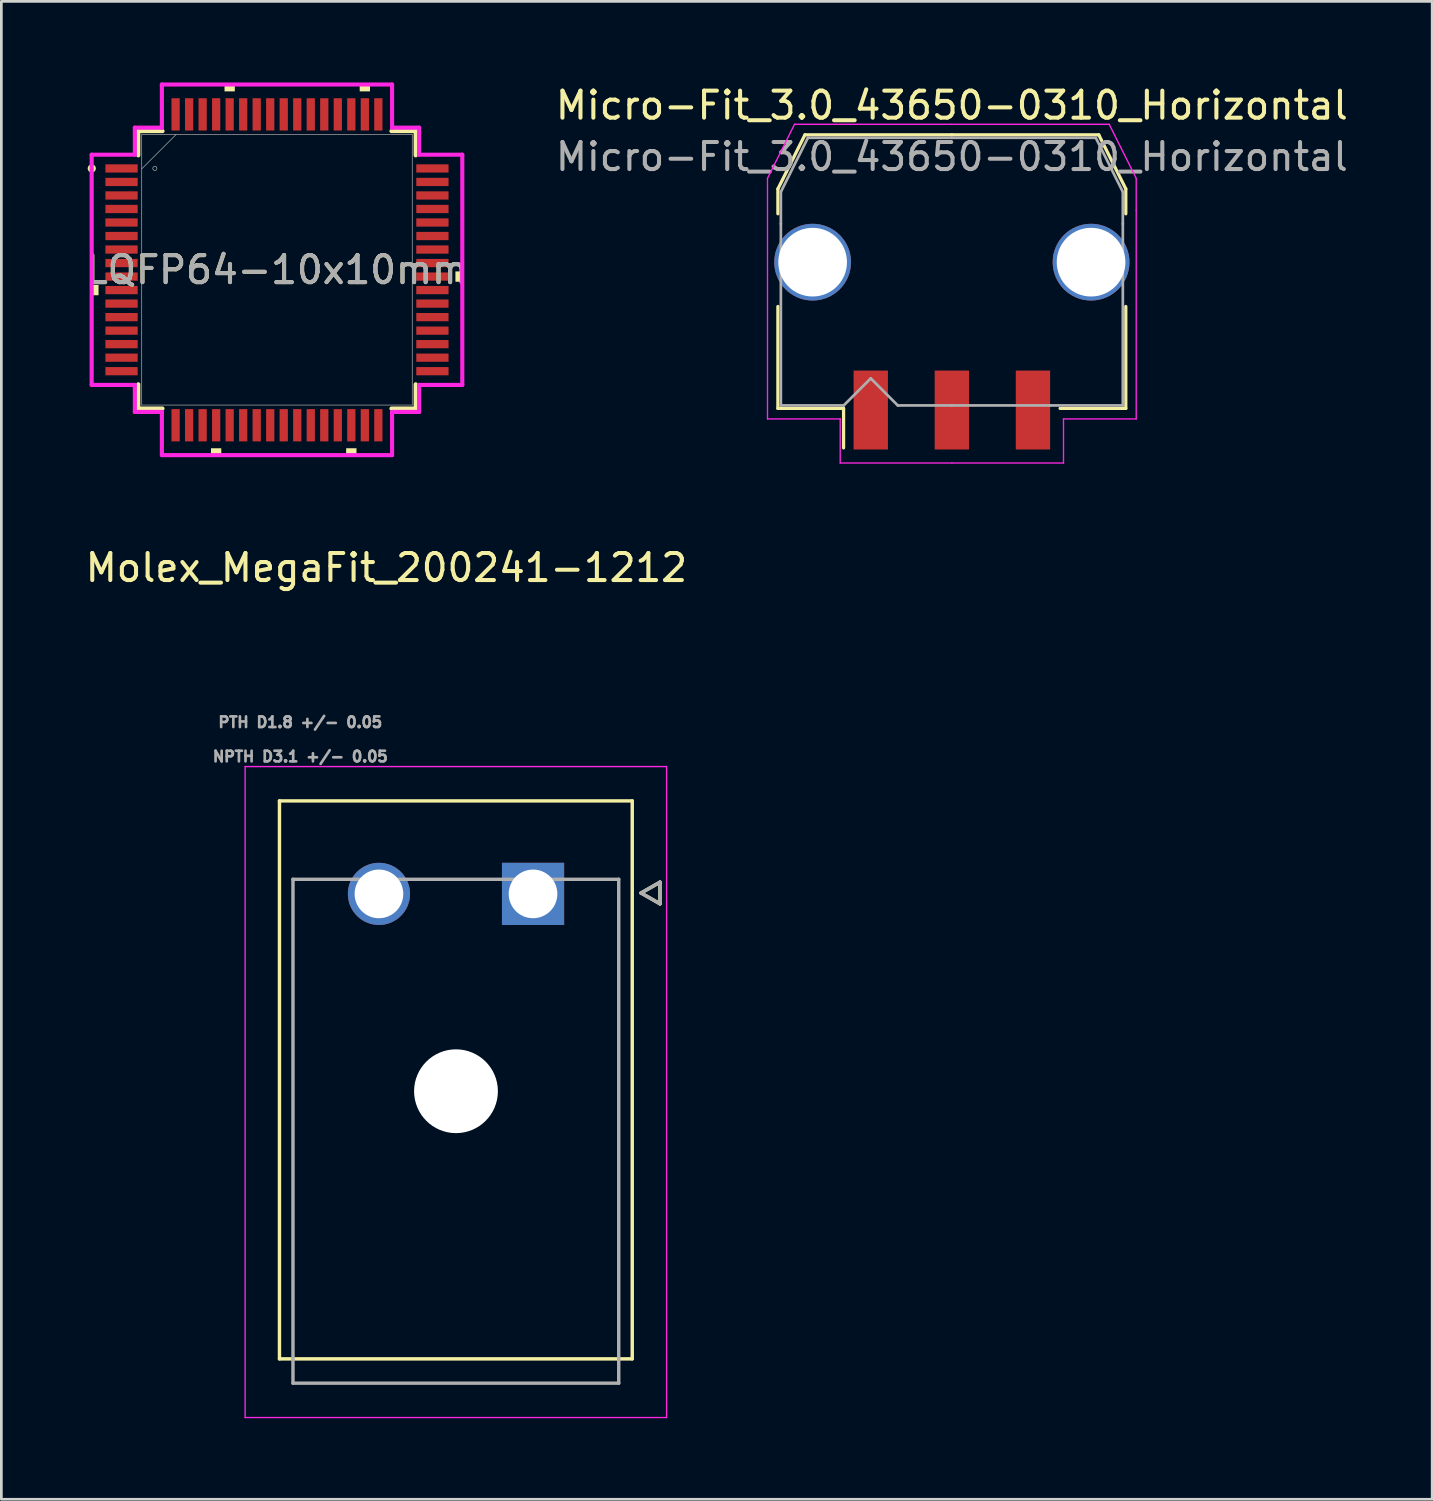
<source format=kicad_pcb>
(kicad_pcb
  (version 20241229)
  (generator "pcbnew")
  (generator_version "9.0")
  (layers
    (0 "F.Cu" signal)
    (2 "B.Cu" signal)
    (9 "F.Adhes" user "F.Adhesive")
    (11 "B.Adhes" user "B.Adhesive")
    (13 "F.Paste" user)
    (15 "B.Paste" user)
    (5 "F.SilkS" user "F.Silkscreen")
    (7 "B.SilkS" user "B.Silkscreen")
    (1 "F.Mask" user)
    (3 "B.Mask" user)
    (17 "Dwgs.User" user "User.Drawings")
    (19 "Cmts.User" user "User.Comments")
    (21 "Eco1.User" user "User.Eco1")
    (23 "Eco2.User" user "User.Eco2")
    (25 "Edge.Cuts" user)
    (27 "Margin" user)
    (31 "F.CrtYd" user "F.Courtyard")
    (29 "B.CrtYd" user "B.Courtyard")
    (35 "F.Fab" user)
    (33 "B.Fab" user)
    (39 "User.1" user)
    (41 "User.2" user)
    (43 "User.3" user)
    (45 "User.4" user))
  (footprint "Molex_MegaFit_200241-1212"
    (layer "F.Cu")
    (at 16.668 30.017)
    (property "Reference" "Molex_MegaFit_200241-1212" (at -5.424 -12.065 0) (layer "F.SilkS") (effects (font (size 1 1) (thickness 0.15))))
    (attr through_hole)
    (fp_circle (center -5.7 0) (end -5.087 0) (stroke (width 1.226) (type solid)) (fill no) (layer "F.Mask"))
    (fp_circle (center -2.85 7.3) (end -2.037 7.3) (stroke (width 1.626) (type solid)) (fill no) (layer "F.Mask"))
    (fp_poly (pts (xy -1.226 -1.226) (xy 1.226 -1.226) (xy 1.226 1.226) (xy -1.226 1.226)) (stroke (width 0.01) (type solid)) (fill yes) (layer "F.Mask"))
    (fp_circle (center -5.7 0) (end -5.087 0) (stroke (width 1.226) (type solid)) (fill no) (layer "B.Mask"))
    (fp_circle (center -2.85 7.3) (end -2.037 7.3) (stroke (width 1.626) (type solid)) (fill no) (layer "B.Mask"))
    (fp_poly (pts (xy -1.226 -1.226) (xy 1.226 -1.226) (xy 1.226 1.226) (xy -1.226 1.226)) (stroke (width 0.01) (type solid)) (fill yes) (layer "B.Mask"))
    (fp_line (start -9.38 -3.44) (end 3.67 -3.44) (stroke (width 0.127) (type solid)) (layer "F.SilkS"))
    (fp_line (start -9.38 17.2) (end -9.38 -3.44) (stroke (width 0.127) (type solid)) (layer "F.SilkS"))
    (fp_line (start 3.67 -3.44) (end 3.67 17.2) (stroke (width 0.127) (type solid)) (layer "F.SilkS"))
    (fp_line (start 3.67 17.2) (end -9.38 17.2) (stroke (width 0.127) (type solid)) (layer "F.SilkS"))
    (fp_line (start 3.996 -0.033) (end 4.696 -0.433) (stroke (width 0.127) (type solid)) (layer "F.SilkS"))
    (fp_line (start 4.696 -0.433) (end 4.696 0.367) (stroke (width 0.127) (type solid)) (layer "F.SilkS"))
    (fp_line (start 4.696 0.367) (end 3.996 -0.033) (stroke (width 0.127) (type solid)) (layer "F.SilkS"))
    (fp_line (start -10.65 -4.71) (end 4.94 -4.71) (stroke (width 0.05) (type solid)) (layer "F.CrtYd"))
    (fp_line (start -10.65 19.37) (end -10.65 -4.71) (stroke (width 0.05) (type solid)) (layer "F.CrtYd"))
    (fp_line (start 4.94 -4.71) (end 4.94 19.37) (stroke (width 0.05) (type solid)) (layer "F.CrtYd"))
    (fp_line (start 4.94 19.37) (end -10.65 19.37) (stroke (width 0.05) (type solid)) (layer "F.CrtYd"))
    (fp_line (start -8.88 -0.54) (end 3.17 -0.54) (stroke (width 0.127) (type solid)) (layer "F.Fab"))
    (fp_line (start -8.88 18.1) (end -8.88 -0.54) (stroke (width 0.127) (type solid)) (layer "F.Fab"))
    (fp_line (start -8.88 18.1) (end 3.17 18.1) (stroke (width 0.127) (type solid)) (layer "F.Fab"))
    (fp_line (start 3.17 -0.54) (end 3.17 18.1) (stroke (width 0.127) (type solid)) (layer "F.Fab"))
    (fp_line (start 3.996 -0.033) (end 4.696 -0.433) (stroke (width 0.127) (type solid)) (layer "F.Fab"))
    (fp_line (start 4.696 -0.433) (end 4.696 0.367) (stroke (width 0.127) (type solid)) (layer "F.Fab"))
    (fp_line (start 4.696 0.367) (end 3.996 -0.033) (stroke (width 0.127) (type solid)) (layer "F.Fab"))
    (fp_text user "PTH D1.8 +/- 0.05" (at -8.61 -6.35 0) (layer "F.Fab") (effects (font (size 0.394 0.394) (thickness 0.15))))
    (fp_text user "NPTH D3.1 +/- 0.05" (at -8.61 -5.08 0) (layer "F.Fab") (effects (font (size 0.394 0.394) (thickness 0.15))))
    (pad "" np_thru_hole circle (at -2.85 7.3) (size 3.1 3.1) (drill 3.1) (layers "*.Cu" "*.Mask"))
    (pad "1" thru_hole rect (at 0 0) (size 2.3 2.3) (drill 1.8) (layers "*.Cu"))
    (pad "2" thru_hole circle (at -5.7 0) (size 2.3 2.3) (drill 1.8) (layers "*.Cu")))
  (footprint "Micro-Fit_3.0_43650-0310_Horizontal"
    (layer "F.Cu")
    (at 32.161 6.998)
    (property "Reference" "Micro-Fit_3.0_43650-0310_Horizontal" (at 0 -6.15 0) (layer "F.SilkS") (effects (font (size 1 1) (thickness 0.15))))
    (attr smd)
    (fp_line (start -6.435 -3.06) (end -6.435 -2.14) (stroke (width 0.12) (type solid)) (layer "F.SilkS"))
    (fp_line (start -6.435 1.29) (end -6.435 5.06) (stroke (width 0.12) (type solid)) (layer "F.SilkS"))
    (fp_line (start -6.435 5.06) (end -4.005 5.06) (stroke (width 0.12) (type solid)) (layer "F.SilkS"))
    (fp_line (start -5.435 -5.06) (end -6.435 -3.06) (stroke (width 0.12) (type solid)) (layer "F.SilkS"))
    (fp_line (start -4.005 5.06) (end -4.005 6.52) (stroke (width 0.12) (type solid)) (layer "F.SilkS"))
    (fp_line (start 0 -5.06) (end -5.435 -5.06) (stroke (width 0.12) (type solid)) (layer "F.SilkS"))
    (fp_line (start 0 -5.06) (end 5.435 -5.06) (stroke (width 0.12) (type solid)) (layer "F.SilkS"))
    (fp_line (start 5.435 -5.06) (end 6.435 -3.06) (stroke (width 0.12) (type solid)) (layer "F.SilkS"))
    (fp_line (start 6.435 -3.06) (end 6.435 -2.14) (stroke (width 0.12) (type solid)) (layer "F.SilkS"))
    (fp_line (start 6.435 1.29) (end 6.435 5.06) (stroke (width 0.12) (type solid)) (layer "F.SilkS"))
    (fp_line (start 6.435 5.06) (end 4.005 5.06) (stroke (width 0.12) (type solid)) (layer "F.SilkS"))
    (fp_line (start -6.82 -3.45) (end -6.82 -2.27) (stroke (width 0.05) (type solid)) (layer "F.CrtYd"))
    (fp_line (start -6.82 -2.27) (end -6.82 5.45) (stroke (width 0.05) (type solid)) (layer "F.CrtYd"))
    (fp_line (start -6.82 5.45) (end -4.13 5.45) (stroke (width 0.05) (type solid)) (layer "F.CrtYd"))
    (fp_line (start -5.82 -5.45) (end -6.82 -3.45) (stroke (width 0.05) (type solid)) (layer "F.CrtYd"))
    (fp_line (start -4.13 5.45) (end -4.13 7.08) (stroke (width 0.05) (type solid)) (layer "F.CrtYd"))
    (fp_line (start -4.13 7.08) (end 0 7.08) (stroke (width 0.05) (type solid)) (layer "F.CrtYd"))
    (fp_line (start 0 -5.45) (end -5.82 -5.45) (stroke (width 0.05) (type solid)) (layer "F.CrtYd"))
    (fp_line (start 0 -5.45) (end 5.82 -5.45) (stroke (width 0.05) (type solid)) (layer "F.CrtYd"))
    (fp_line (start 4.13 5.45) (end 4.13 7.08) (stroke (width 0.05) (type solid)) (layer "F.CrtYd"))
    (fp_line (start 4.13 7.08) (end 0 7.08) (stroke (width 0.05) (type solid)) (layer "F.CrtYd"))
    (fp_line (start 5.82 -5.45) (end 6.82 -3.45) (stroke (width 0.05) (type solid)) (layer "F.CrtYd"))
    (fp_line (start 6.82 -3.45) (end 6.82 -2.27) (stroke (width 0.05) (type solid)) (layer "F.CrtYd"))
    (fp_line (start 6.82 -2.27) (end 6.82 5.45) (stroke (width 0.05) (type solid)) (layer "F.CrtYd"))
    (fp_line (start 6.82 5.45) (end 4.13 5.45) (stroke (width 0.05) (type solid)) (layer "F.CrtYd"))
    (fp_line (start -6.325 -2.95) (end -6.325 -1.77) (stroke (width 0.1) (type solid)) (layer "F.Fab"))
    (fp_line (start -6.325 -1.77) (end -6.325 4.95) (stroke (width 0.1) (type solid)) (layer "F.Fab"))
    (fp_line (start -6.325 4.95) (end -4 4.95) (stroke (width 0.1) (type solid)) (layer "F.Fab"))
    (fp_line (start -5.325 -4.95) (end -6.325 -2.95) (stroke (width 0.1) (type solid)) (layer "F.Fab"))
    (fp_line (start -4 4.95) (end -3 3.95) (stroke (width 0.1) (type solid)) (layer "F.Fab"))
    (fp_line (start -3 3.95) (end -2 4.95) (stroke (width 0.1) (type solid)) (layer "F.Fab"))
    (fp_line (start -2 4.95) (end 0 4.95) (stroke (width 0.1) (type solid)) (layer "F.Fab"))
    (fp_line (start 0 -4.95) (end -5.325 -4.95) (stroke (width 0.1) (type solid)) (layer "F.Fab"))
    (fp_line (start 0 -4.95) (end 5.325 -4.95) (stroke (width 0.1) (type solid)) (layer "F.Fab"))
    (fp_line (start 3.635 4.95) (end 0 4.95) (stroke (width 0.1) (type solid)) (layer "F.Fab"))
    (fp_line (start 5.325 -4.95) (end 6.325 -2.95) (stroke (width 0.1) (type solid)) (layer "F.Fab"))
    (fp_line (start 6.325 -2.95) (end 6.325 -1.77) (stroke (width 0.1) (type solid)) (layer "F.Fab"))
    (fp_line (start 6.325 -1.77) (end 6.325 4.95) (stroke (width 0.1) (type solid)) (layer "F.Fab"))
    (fp_line (start 6.325 4.95) (end 3.635 4.95) (stroke (width 0.1) (type solid)) (layer "F.Fab"))
    (fp_text user "${REFERENCE}" (at 0 -4.25 0) (layer "F.Fab") (effects (font (size 1 1) (thickness 0.15))))
    (pad "1" smd rect (at -3 5.12) (size 1.27 2.92) (layers "F.Cu" "F.Mask" "F.Paste"))
    (pad "2" smd rect (at 0 5.12) (size 1.27 2.92) (layers "F.Cu" "F.Mask" "F.Paste"))
    (pad "3" smd rect (at 3 5.12) (size 1.27 2.92) (layers "F.Cu" "F.Mask" "F.Paste"))
    (pad "MP" thru_hole circle (at -5.15 -0.35) (size 2.84 2.84) (drill 2.54) (layers "*.Cu" "*.Mask"))
    (pad "MP" thru_hole circle (at 5.15 -0.35) (size 2.84 2.84) (drill 2.54) (layers "*.Cu" "*.Mask")))
  (footprint "LQFP64-10x10mm"
    (layer "F.Cu")
    (at 7.196 6.931)
    (property "Reference" "LQFP64-10x10mm" (at 0 0 0) (unlocked yes) (layer "F.SilkS") (effects (font (size 1 1) (thickness 0.15))))
    (attr smd)
    (fp_line (start -5.131 -5.131) (end -5.131 -4.234) (stroke (width 0.152) (type solid)) (layer "F.SilkS"))
    (fp_line (start -5.131 4.234) (end -5.131 5.131) (stroke (width 0.152) (type solid)) (layer "F.SilkS"))
    (fp_line (start -5.131 5.131) (end -4.234 5.131) (stroke (width 0.152) (type solid)) (layer "F.SilkS"))
    (fp_line (start -4.234 -5.131) (end -5.131 -5.131) (stroke (width 0.152) (type solid)) (layer "F.SilkS"))
    (fp_line (start 4.234 5.131) (end 5.131 5.131) (stroke (width 0.152) (type solid)) (layer "F.SilkS"))
    (fp_line (start 5.131 -5.131) (end 4.234 -5.131) (stroke (width 0.152) (type solid)) (layer "F.SilkS"))
    (fp_line (start 5.131 -4.234) (end 5.131 -5.131) (stroke (width 0.152) (type solid)) (layer "F.SilkS"))
    (fp_line (start 5.131 5.131) (end 5.131 4.234) (stroke (width 0.152) (type solid)) (layer "F.SilkS"))
    (fp_circle (center -6.851 -3.75) (end -6.775 -3.75) (stroke (width 0.152) (type solid)) (fill no) (layer "F.SilkS"))
    (fp_poly (pts (xy -6.855 0.56) (xy -6.855 0.941) (xy -6.601 0.941) (xy -6.601 0.56)) (stroke (width 0) (type solid)) (fill yes) (layer "F.SilkS"))
    (fp_poly (pts (xy -2.441 6.601) (xy -2.441 6.855) (xy -2.06 6.855) (xy -2.06 6.601)) (stroke (width 0) (type solid)) (fill yes) (layer "F.SilkS"))
    (fp_poly (pts (xy -1.94 -6.601) (xy -1.94 -6.855) (xy -1.559 -6.855) (xy -1.559 -6.601)) (stroke (width 0) (type solid)) (fill yes) (layer "F.SilkS"))
    (fp_poly (pts (xy 2.559 6.601) (xy 2.559 6.855) (xy 2.941 6.855) (xy 2.941 6.601)) (stroke (width 0) (type solid)) (fill yes) (layer "F.SilkS"))
    (fp_poly (pts (xy 3.06 -6.601) (xy 3.06 -6.855) (xy 3.441 -6.855) (xy 3.441 -6.601)) (stroke (width 0) (type solid)) (fill yes) (layer "F.SilkS"))
    (fp_poly (pts (xy 6.855 0.059) (xy 6.855 0.441) (xy 6.601 0.441) (xy 6.601 0.059)) (stroke (width 0) (type solid)) (fill yes) (layer "F.SilkS"))
    (fp_line (start -6.855 -4.258) (end -5.258 -4.258) (stroke (width 0.152) (type solid)) (layer "F.CrtYd"))
    (fp_line (start -6.855 4.258) (end -6.855 -4.258) (stroke (width 0.152) (type solid)) (layer "F.CrtYd"))
    (fp_line (start -5.258 -5.258) (end -4.258 -5.258) (stroke (width 0.152) (type solid)) (layer "F.CrtYd"))
    (fp_line (start -5.258 -4.258) (end -5.258 -5.258) (stroke (width 0.152) (type solid)) (layer "F.CrtYd"))
    (fp_line (start -5.258 4.258) (end -6.855 4.258) (stroke (width 0.152) (type solid)) (layer "F.CrtYd"))
    (fp_line (start -5.258 5.258) (end -5.258 4.258) (stroke (width 0.152) (type solid)) (layer "F.CrtYd"))
    (fp_line (start -4.258 -6.855) (end 4.258 -6.855) (stroke (width 0.152) (type solid)) (layer "F.CrtYd"))
    (fp_line (start -4.258 -5.258) (end -4.258 -6.855) (stroke (width 0.152) (type solid)) (layer "F.CrtYd"))
    (fp_line (start -4.258 5.258) (end -5.258 5.258) (stroke (width 0.152) (type solid)) (layer "F.CrtYd"))
    (fp_line (start -4.258 6.855) (end -4.258 5.258) (stroke (width 0.152) (type solid)) (layer "F.CrtYd"))
    (fp_line (start 4.258 -6.855) (end 4.258 -5.258) (stroke (width 0.152) (type solid)) (layer "F.CrtYd"))
    (fp_line (start 4.258 -5.258) (end 5.258 -5.258) (stroke (width 0.152) (type solid)) (layer "F.CrtYd"))
    (fp_line (start 4.258 5.258) (end 4.258 6.855) (stroke (width 0.152) (type solid)) (layer "F.CrtYd"))
    (fp_line (start 4.258 6.855) (end -4.258 6.855) (stroke (width 0.152) (type solid)) (layer "F.CrtYd"))
    (fp_line (start 5.258 -5.258) (end 5.258 -4.258) (stroke (width 0.152) (type solid)) (layer "F.CrtYd"))
    (fp_line (start 5.258 -4.258) (end 6.855 -4.258) (stroke (width 0.152) (type solid)) (layer "F.CrtYd"))
    (fp_line (start 5.258 4.258) (end 5.258 5.258) (stroke (width 0.152) (type solid)) (layer "F.CrtYd"))
    (fp_line (start 5.258 5.258) (end 4.258 5.258) (stroke (width 0.152) (type solid)) (layer "F.CrtYd"))
    (fp_line (start 6.855 -4.258) (end 6.855 4.258) (stroke (width 0.152) (type solid)) (layer "F.CrtYd"))
    (fp_line (start 6.855 4.258) (end 5.258 4.258) (stroke (width 0.152) (type solid)) (layer "F.CrtYd"))
    (fp_line (start -5.004 -5.004) (end -5.004 5.004) (stroke (width 0.025) (type solid)) (layer "F.Fab"))
    (fp_line (start -5.004 -3.734) (end -3.734 -5.004) (stroke (width 0.025) (type solid)) (layer "F.Fab"))
    (fp_line (start -5.004 5.004) (end 5.004 5.004) (stroke (width 0.025) (type solid)) (layer "F.Fab"))
    (fp_line (start 5.004 -5.004) (end -5.004 -5.004) (stroke (width 0.025) (type solid)) (layer "F.Fab"))
    (fp_line (start 5.004 5.004) (end 5.004 -5.004) (stroke (width 0.025) (type solid)) (layer "F.Fab"))
    (fp_circle (center -4.518 -3.75) (end -4.442 -3.75) (stroke (width 0.025) (type solid)) (fill no) (layer "F.Fab"))
    (fp_text user "${REFERENCE}" (at 0 0 0) (unlocked yes) (layer "F.Fab") (effects (font (size 1 1) (thickness 0.15))))
    (pad "1" smd rect (at -5.75 -3.75) (size 1.194 0.305) (layers "F.Cu" "F.Mask" "F.Paste"))
    (pad "2" smd rect (at -5.75 -3.25) (size 1.194 0.305) (layers "F.Cu" "F.Mask" "F.Paste"))
    (pad "3" smd rect (at -5.75 -2.75) (size 1.194 0.305) (layers "F.Cu" "F.Mask" "F.Paste"))
    (pad "4" smd rect (at -5.75 -2.25) (size 1.194 0.305) (layers "F.Cu" "F.Mask" "F.Paste"))
    (pad "5" smd rect (at -5.75 -1.75) (size 1.194 0.305) (layers "F.Cu" "F.Mask" "F.Paste"))
    (pad "6" smd rect (at -5.75 -1.25) (size 1.194 0.305) (layers "F.Cu" "F.Mask" "F.Paste"))
    (pad "7" smd rect (at -5.75 -0.75) (size 1.194 0.305) (layers "F.Cu" "F.Mask" "F.Paste"))
    (pad "8" smd rect (at -5.75 -0.25) (size 1.194 0.305) (layers "F.Cu" "F.Mask" "F.Paste"))
    (pad "9" smd rect (at -5.75 0.25) (size 1.194 0.305) (layers "F.Cu" "F.Mask" "F.Paste"))
    (pad "10" smd rect (at -5.75 0.75) (size 1.194 0.305) (layers "F.Cu" "F.Mask" "F.Paste"))
    (pad "11" smd rect (at -5.75 1.25) (size 1.194 0.305) (layers "F.Cu" "F.Mask" "F.Paste"))
    (pad "12" smd rect (at -5.75 1.75) (size 1.194 0.305) (layers "F.Cu" "F.Mask" "F.Paste"))
    (pad "13" smd rect (at -5.75 2.25) (size 1.194 0.305) (layers "F.Cu" "F.Mask" "F.Paste"))
    (pad "14" smd rect (at -5.75 2.75) (size 1.194 0.305) (layers "F.Cu" "F.Mask" "F.Paste"))
    (pad "15" smd rect (at -5.75 3.25) (size 1.194 0.305) (layers "F.Cu" "F.Mask" "F.Paste"))
    (pad "16" smd rect (at -5.75 3.75) (size 1.194 0.305) (layers "F.Cu" "F.Mask" "F.Paste"))
    (pad "17" smd rect (at -3.75 5.75 90) (size 1.194 0.305) (layers "F.Cu" "F.Mask" "F.Paste"))
    (pad "18" smd rect (at -3.25 5.75 90) (size 1.194 0.305) (layers "F.Cu" "F.Mask" "F.Paste"))
    (pad "19" smd rect (at -2.75 5.75 90) (size 1.194 0.305) (layers "F.Cu" "F.Mask" "F.Paste"))
    (pad "20" smd rect (at -2.25 5.75 90) (size 1.194 0.305) (layers "F.Cu" "F.Mask" "F.Paste"))
    (pad "21" smd rect (at -1.75 5.75 90) (size 1.194 0.305) (layers "F.Cu" "F.Mask" "F.Paste"))
    (pad "22" smd rect (at -1.25 5.75 90) (size 1.194 0.305) (layers "F.Cu" "F.Mask" "F.Paste"))
    (pad "23" smd rect (at -0.75 5.75 90) (size 1.194 0.305) (layers "F.Cu" "F.Mask" "F.Paste"))
    (pad "24" smd rect (at -0.25 5.75 90) (size 1.194 0.305) (layers "F.Cu" "F.Mask" "F.Paste"))
    (pad "25" smd rect (at 0.25 5.75 90) (size 1.194 0.305) (layers "F.Cu" "F.Mask" "F.Paste"))
    (pad "26" smd rect (at 0.75 5.75 90) (size 1.194 0.305) (layers "F.Cu" "F.Mask" "F.Paste"))
    (pad "27" smd rect (at 1.25 5.75 90) (size 1.194 0.305) (layers "F.Cu" "F.Mask" "F.Paste"))
    (pad "28" smd rect (at 1.75 5.75 90) (size 1.194 0.305) (layers "F.Cu" "F.Mask" "F.Paste"))
    (pad "29" smd rect (at 2.25 5.75 90) (size 1.194 0.305) (layers "F.Cu" "F.Mask" "F.Paste"))
    (pad "30" smd rect (at 2.75 5.75 90) (size 1.194 0.305) (layers "F.Cu" "F.Mask" "F.Paste"))
    (pad "31" smd rect (at 3.25 5.75 90) (size 1.194 0.305) (layers "F.Cu" "F.Mask" "F.Paste"))
    (pad "32" smd rect (at 3.75 5.75 90) (size 1.194 0.305) (layers "F.Cu" "F.Mask" "F.Paste"))
    (pad "33" smd rect (at 5.75 3.75) (size 1.194 0.305) (layers "F.Cu" "F.Mask" "F.Paste"))
    (pad "34" smd rect (at 5.75 3.25) (size 1.194 0.305) (layers "F.Cu" "F.Mask" "F.Paste"))
    (pad "35" smd rect (at 5.75 2.75) (size 1.194 0.305) (layers "F.Cu" "F.Mask" "F.Paste"))
    (pad "36" smd rect (at 5.75 2.25) (size 1.194 0.305) (layers "F.Cu" "F.Mask" "F.Paste"))
    (pad "37" smd rect (at 5.75 1.75) (size 1.194 0.305) (layers "F.Cu" "F.Mask" "F.Paste"))
    (pad "38" smd rect (at 5.75 1.25) (size 1.194 0.305) (layers "F.Cu" "F.Mask" "F.Paste"))
    (pad "39" smd rect (at 5.75 0.75) (size 1.194 0.305) (layers "F.Cu" "F.Mask" "F.Paste"))
    (pad "40" smd rect (at 5.75 0.25) (size 1.194 0.305) (layers "F.Cu" "F.Mask" "F.Paste"))
    (pad "41" smd rect (at 5.75 -0.25) (size 1.194 0.305) (layers "F.Cu" "F.Mask" "F.Paste"))
    (pad "42" smd rect (at 5.75 -0.75) (size 1.194 0.305) (layers "F.Cu" "F.Mask" "F.Paste"))
    (pad "43" smd rect (at 5.75 -1.25) (size 1.194 0.305) (layers "F.Cu" "F.Mask" "F.Paste"))
    (pad "44" smd rect (at 5.75 -1.75) (size 1.194 0.305) (layers "F.Cu" "F.Mask" "F.Paste"))
    (pad "45" smd rect (at 5.75 -2.25) (size 1.194 0.305) (layers "F.Cu" "F.Mask" "F.Paste"))
    (pad "46" smd rect (at 5.75 -2.75) (size 1.194 0.305) (layers "F.Cu" "F.Mask" "F.Paste"))
    (pad "47" smd rect (at 5.75 -3.25) (size 1.194 0.305) (layers "F.Cu" "F.Mask" "F.Paste"))
    (pad "48" smd rect (at 5.75 -3.75) (size 1.194 0.305) (layers "F.Cu" "F.Mask" "F.Paste"))
    (pad "49" smd rect (at 3.75 -5.75 90) (size 1.194 0.305) (layers "F.Cu" "F.Mask" "F.Paste"))
    (pad "50" smd rect (at 3.25 -5.75 90) (size 1.194 0.305) (layers "F.Cu" "F.Mask" "F.Paste"))
    (pad "51" smd rect (at 2.75 -5.75 90) (size 1.194 0.305) (layers "F.Cu" "F.Mask" "F.Paste"))
    (pad "52" smd rect (at 2.25 -5.75 90) (size 1.194 0.305) (layers "F.Cu" "F.Mask" "F.Paste"))
    (pad "53" smd rect (at 1.75 -5.75 90) (size 1.194 0.305) (layers "F.Cu" "F.Mask" "F.Paste"))
    (pad "54" smd rect (at 1.25 -5.75 90) (size 1.194 0.305) (layers "F.Cu" "F.Mask" "F.Paste"))
    (pad "55" smd rect (at 0.75 -5.75 90) (size 1.194 0.305) (layers "F.Cu" "F.Mask" "F.Paste"))
    (pad "56" smd rect (at 0.25 -5.75 90) (size 1.194 0.305) (layers "F.Cu" "F.Mask" "F.Paste"))
    (pad "57" smd rect (at -0.25 -5.75 90) (size 1.194 0.305) (layers "F.Cu" "F.Mask" "F.Paste"))
    (pad "58" smd rect (at -0.75 -5.75 90) (size 1.194 0.305) (layers "F.Cu" "F.Mask" "F.Paste"))
    (pad "59" smd rect (at -1.25 -5.75 90) (size 1.194 0.305) (layers "F.Cu" "F.Mask" "F.Paste"))
    (pad "60" smd rect (at -1.75 -5.75 90) (size 1.194 0.305) (layers "F.Cu" "F.Mask" "F.Paste"))
    (pad "61" smd rect (at -2.25 -5.75 90) (size 1.194 0.305) (layers "F.Cu" "F.Mask" "F.Paste"))
    (pad "62" smd rect (at -2.75 -5.75 90) (size 1.194 0.305) (layers "F.Cu" "F.Mask" "F.Paste"))
    (pad "63" smd rect (at -3.25 -5.75 90) (size 1.194 0.305) (layers "F.Cu" "F.Mask" "F.Paste"))
    (pad "64" smd rect (at -3.75 -5.75 90) (size 1.194 0.305) (layers "F.Cu" "F.Mask" "F.Paste")))
  (gr_rect
    (start -3 -3)
    (end 49.929 52.411)
    (stroke (width 0.1) (type default))
    (fill no)
    (layer "Edge.Cuts")))
</source>
